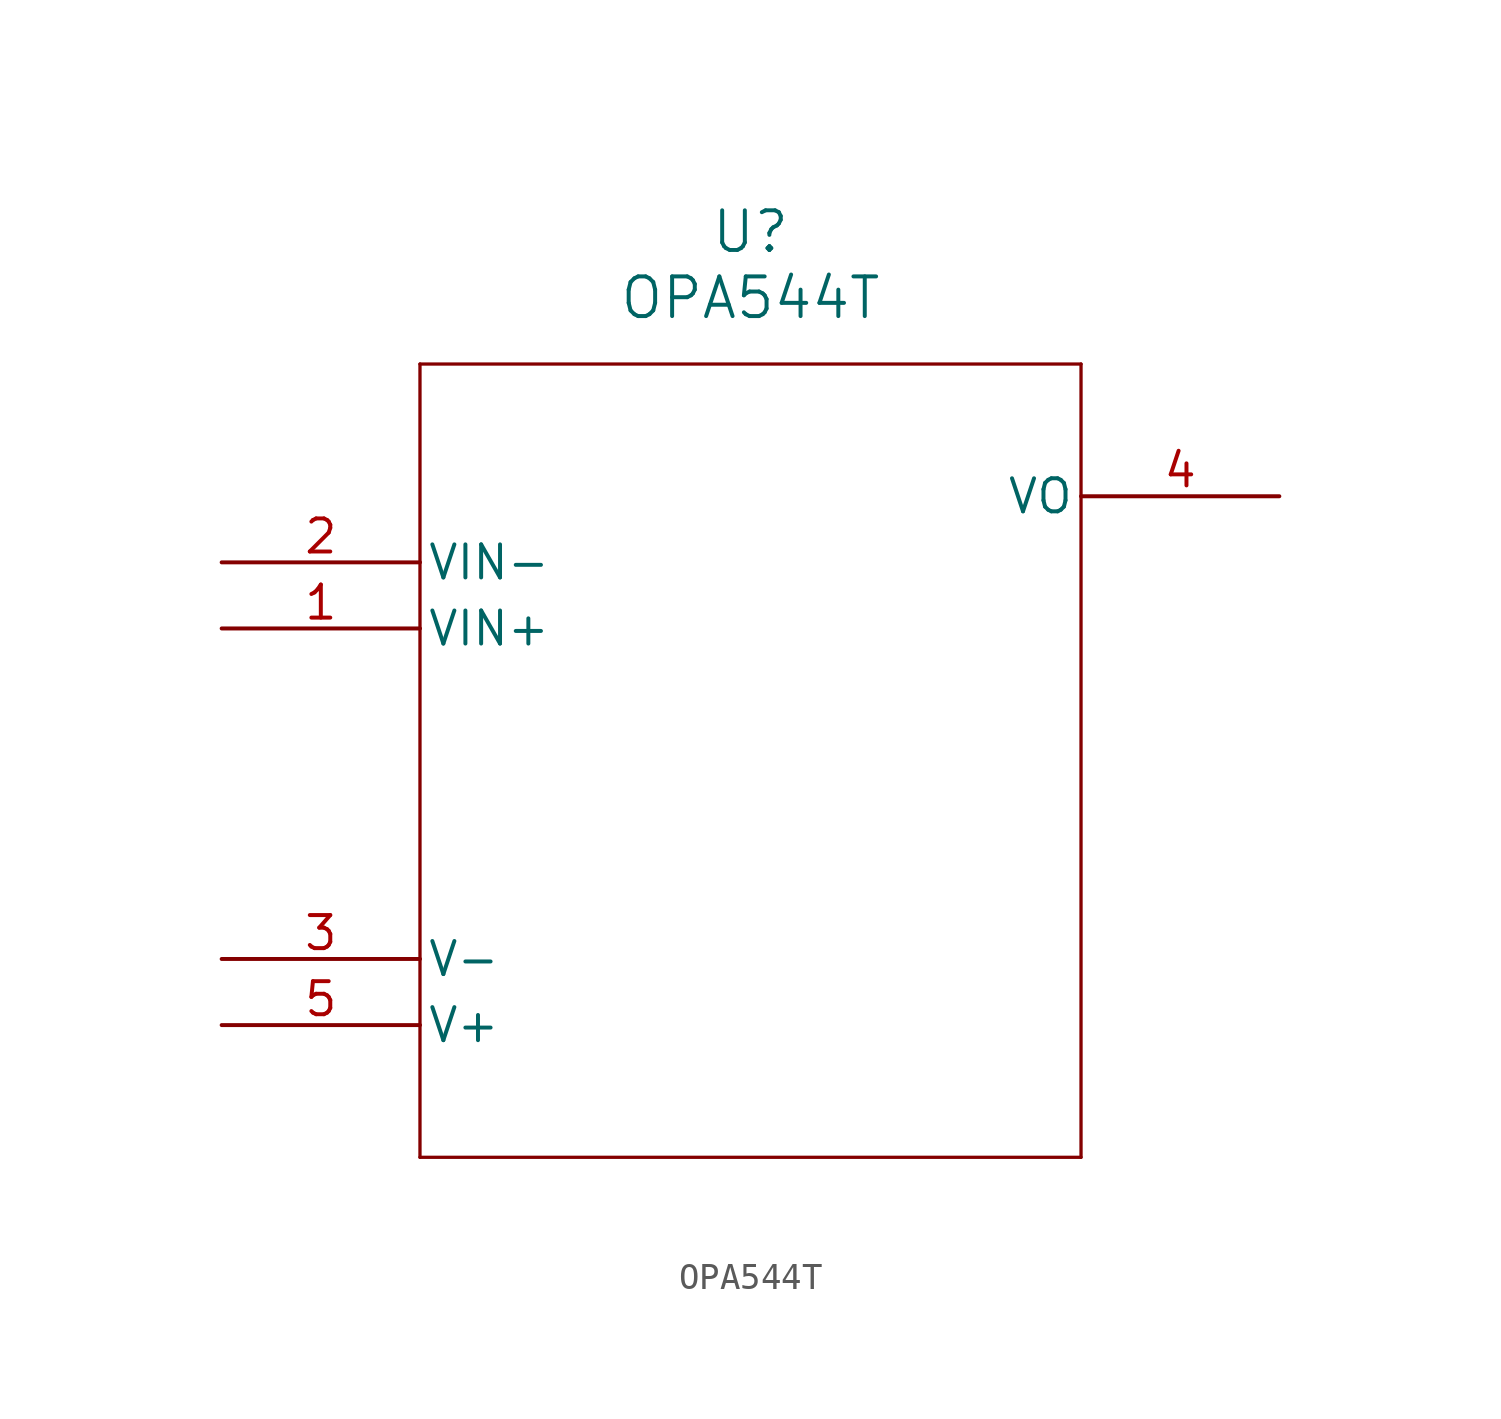
<source format=kicad_sym>
(kicad_symbol_lib
  (version 20211014)
  (generator kicad_symbol_editor)
  (symbol "OPA544T"
    (pin_names
      (offset 0.254))
    (property "Reference" "U"
      (at 20.32 12.7 0)
      (effects (font (size 1.524 1.524))))
    (property "Value" "OPA544T"
      (at 20.32 10.16 0)
      (effects (font (size 1.524 1.524))))
    (symbol "OPA544T_0_1"
      (polyline (pts (xy 7.62 7.62) (xy 7.62 -22.86)) (stroke (width 0.127) (type default) (color 0 0 0 0)) (fill (type none)))
      (polyline (pts (xy 7.62 -22.86) (xy 33.02 -22.86)) (stroke (width 0.127) (type default) (color 0 0 0 0)) (fill (type none)))
      (polyline (pts (xy 33.02 -22.86) (xy 33.02 7.62)) (stroke (width 0.127) (type default) (color 0 0 0 0)) (fill (type none)))
      (polyline (pts (xy 33.02 7.62) (xy 7.62 7.62)) (stroke (width 0.127) (type default) (color 0 0 0 0)) (fill (type none)))
      (pin input line (at 0 -2.54 0) (length 7.62) (name "VIN+" (effects (font (size 1.27 1.27)))) (number "1" (effects (font (size 1.27 1.27)))))
      (pin input line (at 0 0 0) (length 7.62) (name "VIN-" (effects (font (size 1.27 1.27)))) (number "2" (effects (font (size 1.27 1.27)))))
      (pin power_in line (at 0 -15.24 0) (length 7.62) (name "V-" (effects (font (size 1.27 1.27)))) (number "3" (effects (font (size 1.27 1.27)))))
      (pin output line (at 40.64 2.54 180) (length 7.62) (name "VO" (effects (font (size 1.27 1.27)))) (number "4" (effects (font (size 1.27 1.27)))))
      (pin power_in line (at 0 -17.78 0) (length 7.62) (name "V+" (effects (font (size 1.27 1.27)))) (number "5" (effects (font (size 1.27 1.27))))))))
</source>
